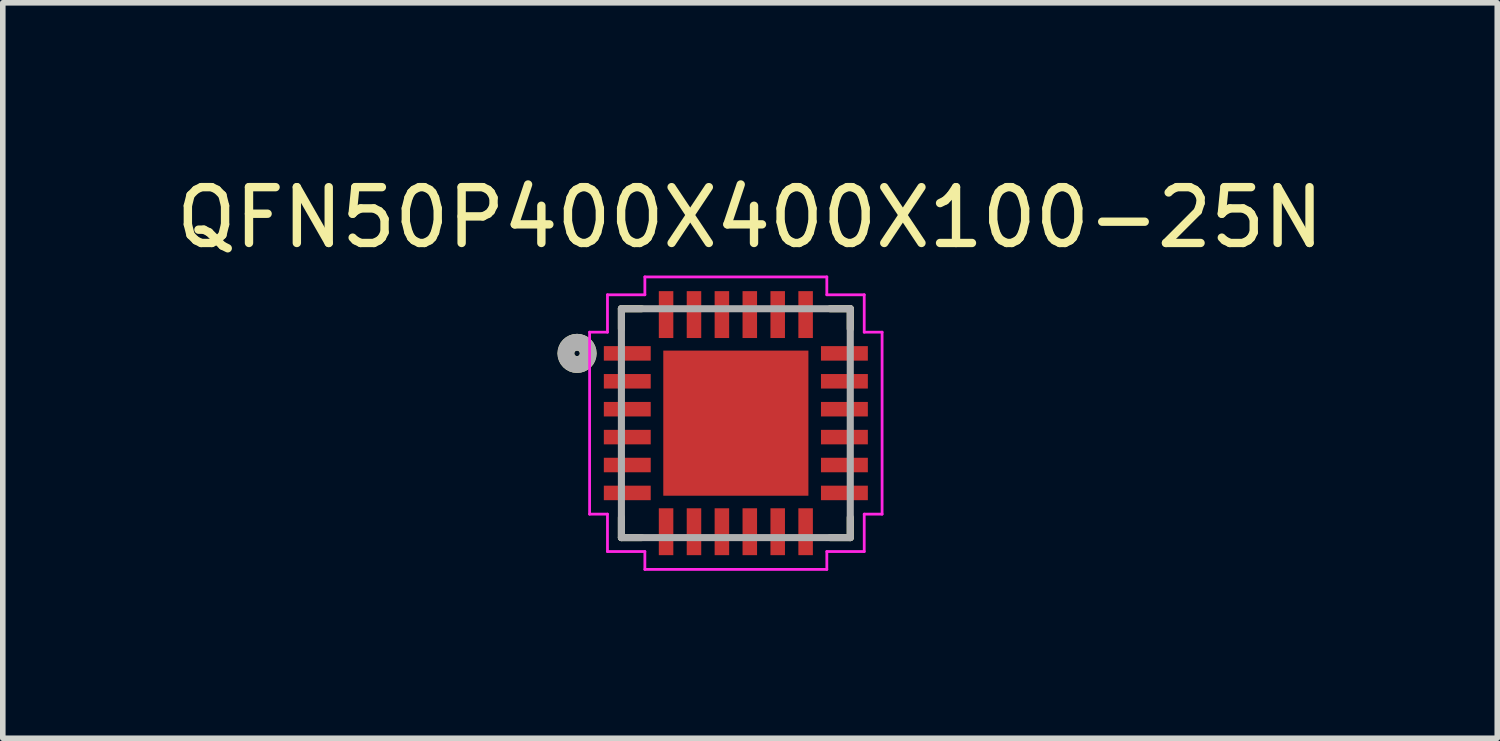
<source format=kicad_pcb>
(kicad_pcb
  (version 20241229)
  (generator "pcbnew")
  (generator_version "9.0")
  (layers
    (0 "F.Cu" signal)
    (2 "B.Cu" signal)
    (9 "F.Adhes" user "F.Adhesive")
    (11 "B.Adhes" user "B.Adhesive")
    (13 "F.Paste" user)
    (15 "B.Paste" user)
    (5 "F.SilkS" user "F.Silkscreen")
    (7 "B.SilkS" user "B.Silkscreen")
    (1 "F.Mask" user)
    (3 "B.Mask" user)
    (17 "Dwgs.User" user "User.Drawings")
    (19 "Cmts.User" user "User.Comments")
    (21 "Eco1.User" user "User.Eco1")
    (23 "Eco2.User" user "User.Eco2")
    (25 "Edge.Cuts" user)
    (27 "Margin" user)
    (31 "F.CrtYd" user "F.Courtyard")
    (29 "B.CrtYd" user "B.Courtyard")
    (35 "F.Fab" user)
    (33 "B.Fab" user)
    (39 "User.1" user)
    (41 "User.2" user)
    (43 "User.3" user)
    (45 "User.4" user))
  (footprint "QFN50P400X400X100-25N"
    (layer "F.Cu")
    (at 10.133 4.531)
    (property "Reference" "QFN50P400X400X100-25N" (at 0.254 -3.683 0) (layer "F.SilkS") (effects (font (size 1 1) (thickness 0.15))))
    (attr smd)
    (fp_line (start -2.05 -2.05) (end -2.05 -1.69) (stroke (width 0.127) (type solid)) (layer "F.SilkS"))
    (fp_line (start -2.05 2.05) (end -2.05 1.69) (stroke (width 0.127) (type solid)) (layer "F.SilkS"))
    (fp_line (start -1.69 -2.05) (end -2.05 -2.05) (stroke (width 0.127) (type solid)) (layer "F.SilkS"))
    (fp_line (start -1.69 2.05) (end -2.05 2.05) (stroke (width 0.127) (type solid)) (layer "F.SilkS"))
    (fp_line (start 1.69 2.05) (end 2.05 2.05) (stroke (width 0.127) (type solid)) (layer "F.SilkS"))
    (fp_line (start 2.05 -2.05) (end 1.69 -2.05) (stroke (width 0.127) (type solid)) (layer "F.SilkS"))
    (fp_line (start 2.05 -1.69) (end 2.05 -2.05) (stroke (width 0.127) (type solid)) (layer "F.SilkS"))
    (fp_line (start 2.05 2.05) (end 2.05 1.69) (stroke (width 0.127) (type solid)) (layer "F.SilkS"))
    (fp_circle (center -2.845 -1.25) (end -2.795 -1.25) (stroke (width 0.3) (type solid)) (fill no) (layer "F.SilkS"))
    (fp_poly (pts (xy -1.045 -1.045) (xy -0.125 -1.045) (xy -0.125 -0.125) (xy -1.045 -0.125)) (stroke (width 0.01) (type solid)) (fill yes) (layer "F.Paste"))
    (fp_poly (pts (xy -1.045 0.125) (xy -0.125 0.125) (xy -0.125 1.045) (xy -1.045 1.045)) (stroke (width 0.01) (type solid)) (fill yes) (layer "F.Paste"))
    (fp_poly (pts (xy 0.125 -1.045) (xy 1.045 -1.045) (xy 1.045 -0.125) (xy 0.125 -0.125)) (stroke (width 0.01) (type solid)) (fill yes) (layer "F.Paste"))
    (fp_poly (pts (xy 0.125 0.125) (xy 1.045 0.125) (xy 1.045 1.045) (xy 0.125 1.045)) (stroke (width 0.01) (type solid)) (fill yes) (layer "F.Paste"))
    (fp_line (start -2.62 -1.63) (end -2.62 1.63) (stroke (width 0.05) (type solid)) (layer "F.CrtYd"))
    (fp_line (start -2.62 1.63) (end -2.3 1.63) (stroke (width 0.05) (type solid)) (layer "F.CrtYd"))
    (fp_line (start -2.3 -2.3) (end -2.3 -1.63) (stroke (width 0.05) (type solid)) (layer "F.CrtYd"))
    (fp_line (start -2.3 -1.63) (end -2.62 -1.63) (stroke (width 0.05) (type solid)) (layer "F.CrtYd"))
    (fp_line (start -2.3 1.63) (end -2.3 2.3) (stroke (width 0.05) (type solid)) (layer "F.CrtYd"))
    (fp_line (start -2.3 2.3) (end -1.63 2.3) (stroke (width 0.05) (type solid)) (layer "F.CrtYd"))
    (fp_line (start -1.63 -2.62) (end -1.63 -2.3) (stroke (width 0.05) (type solid)) (layer "F.CrtYd"))
    (fp_line (start -1.63 -2.3) (end -2.3 -2.3) (stroke (width 0.05) (type solid)) (layer "F.CrtYd"))
    (fp_line (start -1.63 2.3) (end -1.63 2.62) (stroke (width 0.05) (type solid)) (layer "F.CrtYd"))
    (fp_line (start -1.63 2.62) (end 1.63 2.62) (stroke (width 0.05) (type solid)) (layer "F.CrtYd"))
    (fp_line (start 1.63 -2.62) (end -1.63 -2.62) (stroke (width 0.05) (type solid)) (layer "F.CrtYd"))
    (fp_line (start 1.63 -2.3) (end 1.63 -2.62) (stroke (width 0.05) (type solid)) (layer "F.CrtYd"))
    (fp_line (start 1.63 2.3) (end 2.3 2.3) (stroke (width 0.05) (type solid)) (layer "F.CrtYd"))
    (fp_line (start 1.63 2.62) (end 1.63 2.3) (stroke (width 0.05) (type solid)) (layer "F.CrtYd"))
    (fp_line (start 2.3 -2.3) (end 1.63 -2.3) (stroke (width 0.05) (type solid)) (layer "F.CrtYd"))
    (fp_line (start 2.3 -1.63) (end 2.3 -2.3) (stroke (width 0.05) (type solid)) (layer "F.CrtYd"))
    (fp_line (start 2.3 1.63) (end 2.62 1.63) (stroke (width 0.05) (type solid)) (layer "F.CrtYd"))
    (fp_line (start 2.3 2.3) (end 2.3 1.63) (stroke (width 0.05) (type solid)) (layer "F.CrtYd"))
    (fp_line (start 2.62 -1.63) (end 2.3 -1.63) (stroke (width 0.05) (type solid)) (layer "F.CrtYd"))
    (fp_line (start 2.62 1.63) (end 2.62 -1.63) (stroke (width 0.05) (type solid)) (layer "F.CrtYd"))
    (fp_line (start -2.05 -2.05) (end -2.05 2.05) (stroke (width 0.127) (type solid)) (layer "F.Fab"))
    (fp_line (start -2.05 2.05) (end 2.05 2.05) (stroke (width 0.127) (type solid)) (layer "F.Fab"))
    (fp_line (start 2.05 -2.05) (end -2.05 -2.05) (stroke (width 0.127) (type solid)) (layer "F.Fab"))
    (fp_line (start 2.05 2.05) (end 2.05 -2.05) (stroke (width 0.127) (type solid)) (layer "F.Fab"))
    (fp_circle (center -2.845 -1.25) (end -2.795 -1.25) (stroke (width 0.3) (type solid)) (fill no) (layer "F.Fab"))
    (pad "1" smd rect (at -1.945 -1.25 180) (size 0.84 0.26) (layers "F.Cu" "F.Mask" "F.Paste"))
    (pad "2" smd rect (at -1.945 -0.75 180) (size 0.84 0.26) (layers "F.Cu" "F.Mask" "F.Paste"))
    (pad "3" smd rect (at -1.945 -0.25 180) (size 0.84 0.26) (layers "F.Cu" "F.Mask" "F.Paste"))
    (pad "4" smd rect (at -1.945 0.25 180) (size 0.84 0.26) (layers "F.Cu" "F.Mask" "F.Paste"))
    (pad "5" smd rect (at -1.945 0.75 180) (size 0.84 0.26) (layers "F.Cu" "F.Mask" "F.Paste"))
    (pad "6" smd rect (at -1.945 1.25 180) (size 0.84 0.26) (layers "F.Cu" "F.Mask" "F.Paste"))
    (pad "7" smd rect (at -1.25 1.945 270) (size 0.84 0.26) (layers "F.Cu" "F.Mask" "F.Paste"))
    (pad "8" smd rect (at -0.75 1.945 270) (size 0.84 0.26) (layers "F.Cu" "F.Mask" "F.Paste"))
    (pad "9" smd rect (at -0.25 1.945 270) (size 0.84 0.26) (layers "F.Cu" "F.Mask" "F.Paste"))
    (pad "10" smd rect (at 0.25 1.945 270) (size 0.84 0.26) (layers "F.Cu" "F.Mask" "F.Paste"))
    (pad "11" smd rect (at 0.75 1.945 270) (size 0.84 0.26) (layers "F.Cu" "F.Mask" "F.Paste"))
    (pad "12" smd rect (at 1.25 1.945 270) (size 0.84 0.26) (layers "F.Cu" "F.Mask" "F.Paste"))
    (pad "13" smd rect (at 1.945 1.25) (size 0.84 0.26) (layers "F.Cu" "F.Mask" "F.Paste"))
    (pad "14" smd rect (at 1.945 0.75) (size 0.84 0.26) (layers "F.Cu" "F.Mask" "F.Paste"))
    (pad "15" smd rect (at 1.945 0.25) (size 0.84 0.26) (layers "F.Cu" "F.Mask" "F.Paste"))
    (pad "16" smd rect (at 1.945 -0.25) (size 0.84 0.26) (layers "F.Cu" "F.Mask" "F.Paste"))
    (pad "17" smd rect (at 1.945 -0.75) (size 0.84 0.26) (layers "F.Cu" "F.Mask" "F.Paste"))
    (pad "18" smd rect (at 1.945 -1.25) (size 0.84 0.26) (layers "F.Cu" "F.Mask" "F.Paste"))
    (pad "19" smd rect (at 1.25 -1.945 90) (size 0.84 0.26) (layers "F.Cu" "F.Mask" "F.Paste"))
    (pad "20" smd rect (at 0.75 -1.945 90) (size 0.84 0.26) (layers "F.Cu" "F.Mask" "F.Paste"))
    (pad "21" smd rect (at 0.25 -1.945 90) (size 0.84 0.26) (layers "F.Cu" "F.Mask" "F.Paste"))
    (pad "22" smd rect (at -0.25 -1.945 90) (size 0.84 0.26) (layers "F.Cu" "F.Mask" "F.Paste"))
    (pad "23" smd rect (at -0.75 -1.945 90) (size 0.84 0.26) (layers "F.Cu" "F.Mask" "F.Paste"))
    (pad "24" smd rect (at -1.25 -1.945 90) (size 0.84 0.26) (layers "F.Cu" "F.Mask" "F.Paste"))
    (pad "25" smd rect (at 0 0 90) (size 2.6 2.6) (layers "F.Cu" "F.Mask")))
  (gr_rect
    (start -3 -3)
    (end 23.774 10.176)
    (stroke (width 0.1) (type default))
    (fill no)
    (layer "Edge.Cuts")))
</source>
